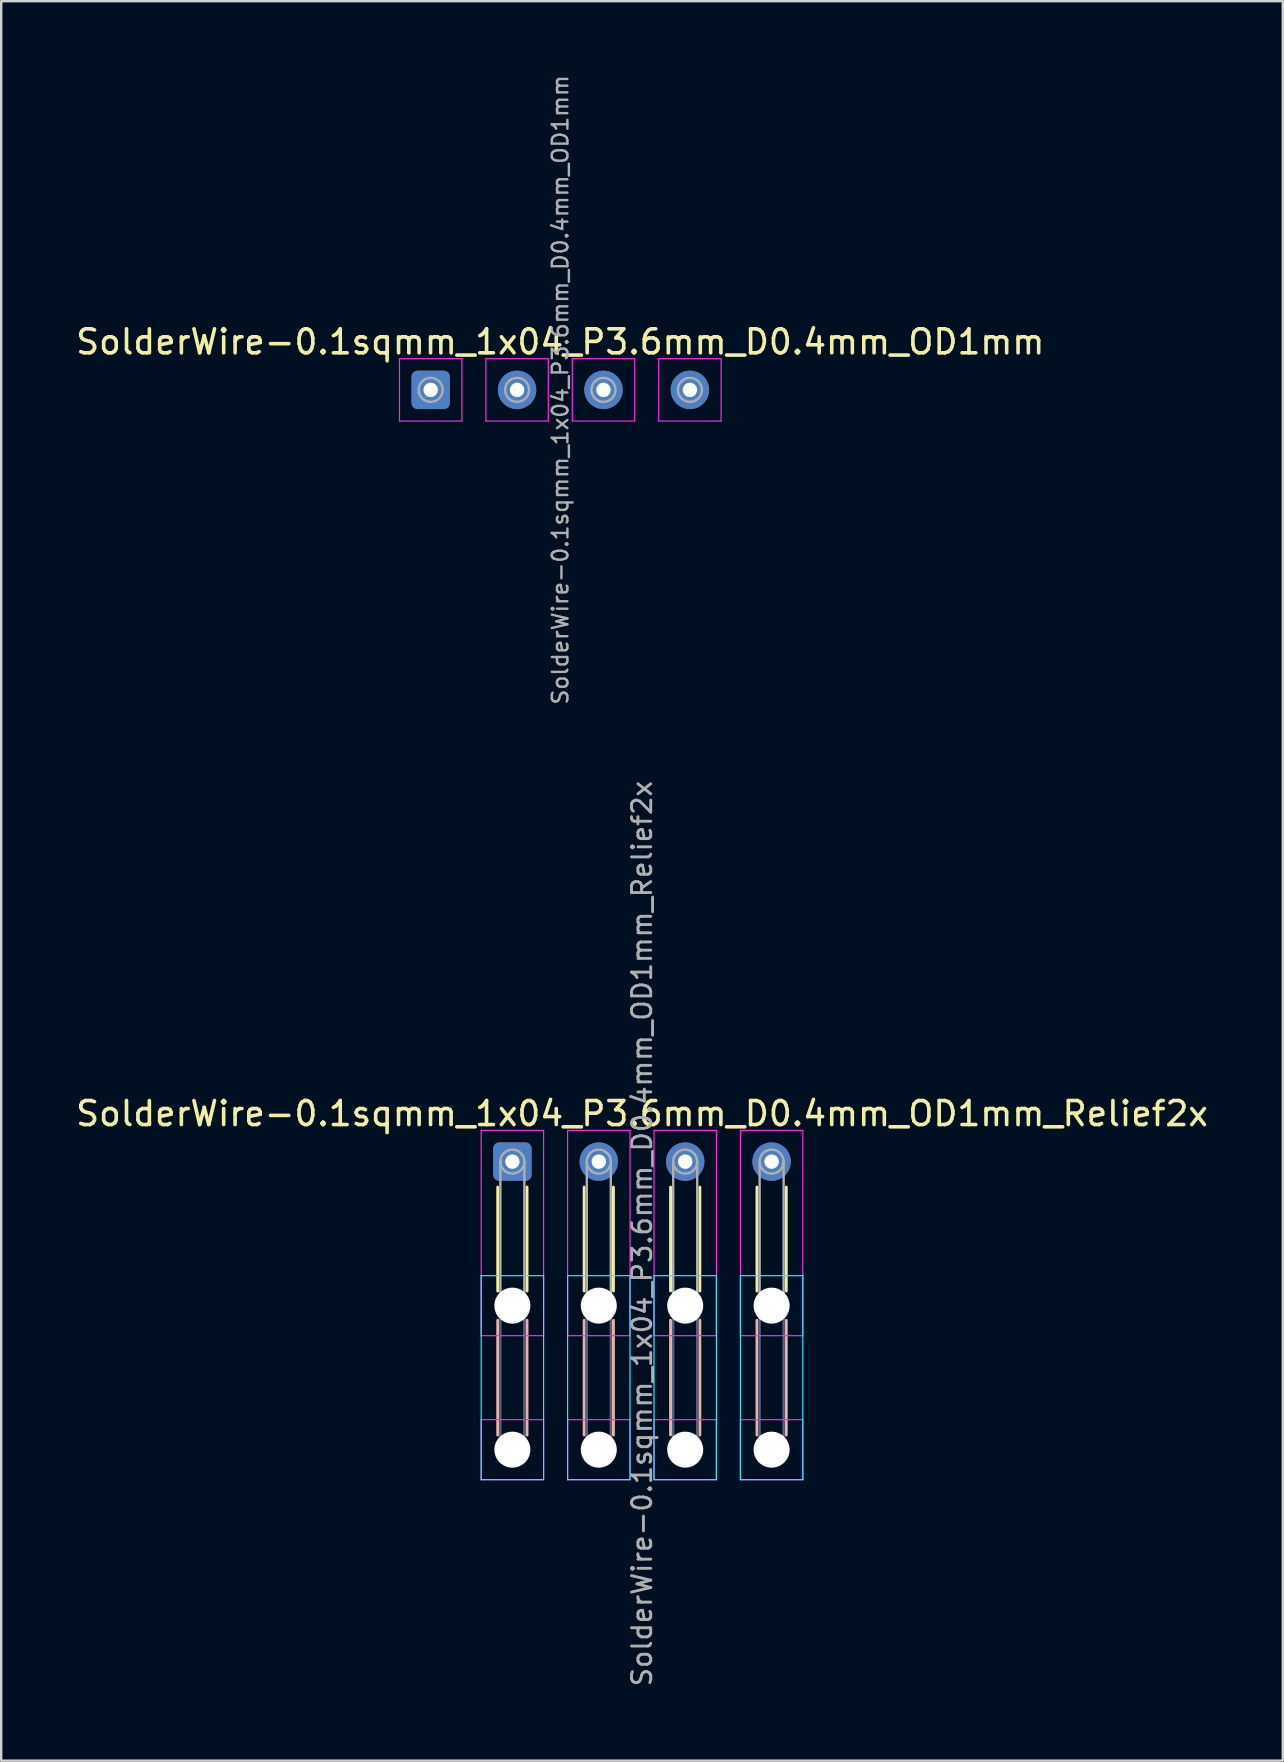
<source format=kicad_pcb>
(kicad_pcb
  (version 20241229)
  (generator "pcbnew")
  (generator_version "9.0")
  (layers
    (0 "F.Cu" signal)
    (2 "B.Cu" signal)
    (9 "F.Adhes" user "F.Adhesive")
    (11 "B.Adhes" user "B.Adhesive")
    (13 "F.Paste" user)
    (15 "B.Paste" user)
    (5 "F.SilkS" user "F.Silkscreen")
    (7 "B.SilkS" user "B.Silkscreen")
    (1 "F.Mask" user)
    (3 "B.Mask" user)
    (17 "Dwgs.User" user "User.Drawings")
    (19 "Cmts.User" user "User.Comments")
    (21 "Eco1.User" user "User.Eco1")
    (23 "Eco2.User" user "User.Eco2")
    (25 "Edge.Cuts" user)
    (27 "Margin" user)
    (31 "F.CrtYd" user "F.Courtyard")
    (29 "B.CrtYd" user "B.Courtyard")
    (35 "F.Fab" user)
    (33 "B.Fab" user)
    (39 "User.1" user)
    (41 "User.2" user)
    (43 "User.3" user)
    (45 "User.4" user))
  (footprint "SolderWire-0.1sqmm_1x04_P3.6mm_D0.4mm_OD1mm"
    (layer "F.Cu")
    (at 14.892 13.193)
    (property "Reference" "SolderWire-0.1sqmm_1x04_P3.6mm_D0.4mm_OD1mm" (at 5.4 -2 0) (layer "F.SilkS") (effects (font (size 1 1) (thickness 0.15))))
    (attr exclude_from_pos_files exclude_from_bom)
    (fp_line (start -1.3 -1.3) (end -1.3 1.3) (stroke (width 0.05) (type solid)) (layer "F.CrtYd"))
    (fp_line (start -1.3 1.3) (end 1.3 1.3) (stroke (width 0.05) (type solid)) (layer "F.CrtYd"))
    (fp_line (start 1.3 -1.3) (end -1.3 -1.3) (stroke (width 0.05) (type solid)) (layer "F.CrtYd"))
    (fp_line (start 1.3 1.3) (end 1.3 -1.3) (stroke (width 0.05) (type solid)) (layer "F.CrtYd"))
    (fp_line (start 2.3 -1.3) (end 2.3 1.3) (stroke (width 0.05) (type solid)) (layer "F.CrtYd"))
    (fp_line (start 2.3 1.3) (end 4.9 1.3) (stroke (width 0.05) (type solid)) (layer "F.CrtYd"))
    (fp_line (start 4.9 -1.3) (end 2.3 -1.3) (stroke (width 0.05) (type solid)) (layer "F.CrtYd"))
    (fp_line (start 4.9 1.3) (end 4.9 -1.3) (stroke (width 0.05) (type solid)) (layer "F.CrtYd"))
    (fp_line (start 5.9 -1.3) (end 5.9 1.3) (stroke (width 0.05) (type solid)) (layer "F.CrtYd"))
    (fp_line (start 5.9 1.3) (end 8.5 1.3) (stroke (width 0.05) (type solid)) (layer "F.CrtYd"))
    (fp_line (start 8.5 -1.3) (end 5.9 -1.3) (stroke (width 0.05) (type solid)) (layer "F.CrtYd"))
    (fp_line (start 8.5 1.3) (end 8.5 -1.3) (stroke (width 0.05) (type solid)) (layer "F.CrtYd"))
    (fp_line (start 9.5 -1.3) (end 9.5 1.3) (stroke (width 0.05) (type solid)) (layer "F.CrtYd"))
    (fp_line (start 9.5 1.3) (end 12.1 1.3) (stroke (width 0.05) (type solid)) (layer "F.CrtYd"))
    (fp_line (start 12.1 -1.3) (end 9.5 -1.3) (stroke (width 0.05) (type solid)) (layer "F.CrtYd"))
    (fp_line (start 12.1 1.3) (end 12.1 -1.3) (stroke (width 0.05) (type solid)) (layer "F.CrtYd"))
    (fp_circle (center 0 0) (end 0.5 0) (stroke (width 0.1) (type solid)) (fill no) (layer "F.Fab"))
    (fp_circle (center 3.6 0) (end 4.1 0) (stroke (width 0.1) (type solid)) (fill no) (layer "F.Fab"))
    (fp_circle (center 7.2 0) (end 7.7 0) (stroke (width 0.1) (type solid)) (fill no) (layer "F.Fab"))
    (fp_circle (center 10.8 0) (end 11.3 0) (stroke (width 0.1) (type solid)) (fill no) (layer "F.Fab"))
    (fp_text user "${REFERENCE}" (at 5.4 0 90) (layer "F.Fab") (effects (font (size 0.65 0.65) (thickness 0.1))))
    (pad "1" thru_hole roundrect (at 0 0) (size 1.6 1.6) (drill 0.6) (layers "*.Cu" "*.Mask") (roundrect_rratio 0.156))
    (pad "2" thru_hole circle (at 3.6 0) (size 1.6 1.6) (drill 0.6) (layers "*.Cu" "*.Mask"))
    (pad "3" thru_hole circle (at 7.2 0) (size 1.6 1.6) (drill 0.6) (layers "*.Cu" "*.Mask"))
    (pad "4" thru_hole circle (at 10.8 0) (size 1.6 1.6) (drill 0.6) (layers "*.Cu" "*.Mask")))
  (footprint "SolderWire-0.1sqmm_1x04_P3.6mm_D0.4mm_OD1mm_Relief2x"
    (layer "F.Cu")
    (at 18.296 45.344)
    (property "Reference" "SolderWire-0.1sqmm_1x04_P3.6mm_D0.4mm_OD1mm_Relief2x" (at 5.4 -2 0) (layer "F.SilkS") (effects (font (size 1 1) (thickness 0.15))))
    (attr exclude_from_pos_files exclude_from_bom)
    (fp_line (start -0.61 1.06) (end -0.61 5.39) (stroke (width 0.12) (type solid)) (layer "F.SilkS"))
    (fp_line (start 0.61 1.06) (end 0.61 5.39) (stroke (width 0.12) (type solid)) (layer "F.SilkS"))
    (fp_line (start 2.99 1.06) (end 2.99 5.39) (stroke (width 0.12) (type solid)) (layer "F.SilkS"))
    (fp_line (start 4.21 1.06) (end 4.21 5.39) (stroke (width 0.12) (type solid)) (layer "F.SilkS"))
    (fp_line (start 6.59 1.06) (end 6.59 5.39) (stroke (width 0.12) (type solid)) (layer "F.SilkS"))
    (fp_line (start 7.81 1.06) (end 7.81 5.39) (stroke (width 0.12) (type solid)) (layer "F.SilkS"))
    (fp_line (start 10.19 1.06) (end 10.19 5.39) (stroke (width 0.12) (type solid)) (layer "F.SilkS"))
    (fp_line (start 11.41 1.06) (end 11.41 5.39) (stroke (width 0.12) (type solid)) (layer "F.SilkS"))
    (fp_line (start -0.61 6.61) (end -0.61 11.39) (stroke (width 0.12) (type solid)) (layer "B.SilkS"))
    (fp_line (start 0.61 6.61) (end 0.61 11.39) (stroke (width 0.12) (type solid)) (layer "B.SilkS"))
    (fp_line (start 2.99 6.61) (end 2.99 11.39) (stroke (width 0.12) (type solid)) (layer "B.SilkS"))
    (fp_line (start 4.21 6.61) (end 4.21 11.39) (stroke (width 0.12) (type solid)) (layer "B.SilkS"))
    (fp_line (start 6.59 6.61) (end 6.59 11.39) (stroke (width 0.12) (type solid)) (layer "B.SilkS"))
    (fp_line (start 7.81 6.61) (end 7.81 11.39) (stroke (width 0.12) (type solid)) (layer "B.SilkS"))
    (fp_line (start 10.19 6.61) (end 10.19 11.39) (stroke (width 0.12) (type solid)) (layer "B.SilkS"))
    (fp_line (start 11.41 6.61) (end 11.41 11.39) (stroke (width 0.12) (type solid)) (layer "B.SilkS"))
    (fp_line (start -1.3 4.75) (end -1.3 13.25) (stroke (width 0.05) (type solid)) (layer "B.CrtYd"))
    (fp_line (start -1.3 13.25) (end 1.3 13.25) (stroke (width 0.05) (type solid)) (layer "B.CrtYd"))
    (fp_line (start 1.3 4.75) (end -1.3 4.75) (stroke (width 0.05) (type solid)) (layer "B.CrtYd"))
    (fp_line (start 1.3 13.25) (end 1.3 4.75) (stroke (width 0.05) (type solid)) (layer "B.CrtYd"))
    (fp_line (start 2.3 4.75) (end 2.3 13.25) (stroke (width 0.05) (type solid)) (layer "B.CrtYd"))
    (fp_line (start 2.3 13.25) (end 4.9 13.25) (stroke (width 0.05) (type solid)) (layer "B.CrtYd"))
    (fp_line (start 4.9 4.75) (end 2.3 4.75) (stroke (width 0.05) (type solid)) (layer "B.CrtYd"))
    (fp_line (start 4.9 13.25) (end 4.9 4.75) (stroke (width 0.05) (type solid)) (layer "B.CrtYd"))
    (fp_line (start 5.9 4.75) (end 5.9 13.25) (stroke (width 0.05) (type solid)) (layer "B.CrtYd"))
    (fp_line (start 5.9 13.25) (end 8.5 13.25) (stroke (width 0.05) (type solid)) (layer "B.CrtYd"))
    (fp_line (start 8.5 4.75) (end 5.9 4.75) (stroke (width 0.05) (type solid)) (layer "B.CrtYd"))
    (fp_line (start 8.5 13.25) (end 8.5 4.75) (stroke (width 0.05) (type solid)) (layer "B.CrtYd"))
    (fp_line (start 9.5 4.75) (end 9.5 13.25) (stroke (width 0.05) (type solid)) (layer "B.CrtYd"))
    (fp_line (start 9.5 13.25) (end 12.1 13.25) (stroke (width 0.05) (type solid)) (layer "B.CrtYd"))
    (fp_line (start 12.1 4.75) (end 9.5 4.75) (stroke (width 0.05) (type solid)) (layer "B.CrtYd"))
    (fp_line (start 12.1 13.25) (end 12.1 4.75) (stroke (width 0.05) (type solid)) (layer "B.CrtYd"))
    (fp_line (start -1.3 -1.3) (end -1.3 7.25) (stroke (width 0.05) (type solid)) (layer "F.CrtYd"))
    (fp_line (start -1.3 7.25) (end 1.3 7.25) (stroke (width 0.05) (type solid)) (layer "F.CrtYd"))
    (fp_line (start -1.3 10.75) (end -1.3 13.25) (stroke (width 0.05) (type solid)) (layer "F.CrtYd"))
    (fp_line (start -1.3 13.25) (end 1.3 13.25) (stroke (width 0.05) (type solid)) (layer "F.CrtYd"))
    (fp_line (start 1.3 -1.3) (end -1.3 -1.3) (stroke (width 0.05) (type solid)) (layer "F.CrtYd"))
    (fp_line (start 1.3 7.25) (end 1.3 -1.3) (stroke (width 0.05) (type solid)) (layer "F.CrtYd"))
    (fp_line (start 1.3 10.75) (end -1.3 10.75) (stroke (width 0.05) (type solid)) (layer "F.CrtYd"))
    (fp_line (start 1.3 13.25) (end 1.3 10.75) (stroke (width 0.05) (type solid)) (layer "F.CrtYd"))
    (fp_line (start 2.3 -1.3) (end 2.3 7.25) (stroke (width 0.05) (type solid)) (layer "F.CrtYd"))
    (fp_line (start 2.3 7.25) (end 4.9 7.25) (stroke (width 0.05) (type solid)) (layer "F.CrtYd"))
    (fp_line (start 2.3 10.75) (end 2.3 13.25) (stroke (width 0.05) (type solid)) (layer "F.CrtYd"))
    (fp_line (start 2.3 13.25) (end 4.9 13.25) (stroke (width 0.05) (type solid)) (layer "F.CrtYd"))
    (fp_line (start 4.9 -1.3) (end 2.3 -1.3) (stroke (width 0.05) (type solid)) (layer "F.CrtYd"))
    (fp_line (start 4.9 7.25) (end 4.9 -1.3) (stroke (width 0.05) (type solid)) (layer "F.CrtYd"))
    (fp_line (start 4.9 10.75) (end 2.3 10.75) (stroke (width 0.05) (type solid)) (layer "F.CrtYd"))
    (fp_line (start 4.9 13.25) (end 4.9 10.75) (stroke (width 0.05) (type solid)) (layer "F.CrtYd"))
    (fp_line (start 5.9 -1.3) (end 5.9 7.25) (stroke (width 0.05) (type solid)) (layer "F.CrtYd"))
    (fp_line (start 5.9 7.25) (end 8.5 7.25) (stroke (width 0.05) (type solid)) (layer "F.CrtYd"))
    (fp_line (start 5.9 10.75) (end 5.9 13.25) (stroke (width 0.05) (type solid)) (layer "F.CrtYd"))
    (fp_line (start 5.9 13.25) (end 8.5 13.25) (stroke (width 0.05) (type solid)) (layer "F.CrtYd"))
    (fp_line (start 8.5 -1.3) (end 5.9 -1.3) (stroke (width 0.05) (type solid)) (layer "F.CrtYd"))
    (fp_line (start 8.5 7.25) (end 8.5 -1.3) (stroke (width 0.05) (type solid)) (layer "F.CrtYd"))
    (fp_line (start 8.5 10.75) (end 5.9 10.75) (stroke (width 0.05) (type solid)) (layer "F.CrtYd"))
    (fp_line (start 8.5 13.25) (end 8.5 10.75) (stroke (width 0.05) (type solid)) (layer "F.CrtYd"))
    (fp_line (start 9.5 -1.3) (end 9.5 7.25) (stroke (width 0.05) (type solid)) (layer "F.CrtYd"))
    (fp_line (start 9.5 7.25) (end 12.1 7.25) (stroke (width 0.05) (type solid)) (layer "F.CrtYd"))
    (fp_line (start 9.5 10.75) (end 9.5 13.25) (stroke (width 0.05) (type solid)) (layer "F.CrtYd"))
    (fp_line (start 9.5 13.25) (end 12.1 13.25) (stroke (width 0.05) (type solid)) (layer "F.CrtYd"))
    (fp_line (start 12.1 -1.3) (end 9.5 -1.3) (stroke (width 0.05) (type solid)) (layer "F.CrtYd"))
    (fp_line (start 12.1 7.25) (end 12.1 -1.3) (stroke (width 0.05) (type solid)) (layer "F.CrtYd"))
    (fp_line (start 12.1 10.75) (end 9.5 10.75) (stroke (width 0.05) (type solid)) (layer "F.CrtYd"))
    (fp_line (start 12.1 13.25) (end 12.1 10.75) (stroke (width 0.05) (type solid)) (layer "F.CrtYd"))
    (fp_line (start -0.5 6) (end -0.5 12) (stroke (width 0.1) (type solid)) (layer "B.Fab"))
    (fp_line (start 0.5 6) (end 0.5 12) (stroke (width 0.1) (type solid)) (layer "B.Fab"))
    (fp_line (start 3.1 6) (end 3.1 12) (stroke (width 0.1) (type solid)) (layer "B.Fab"))
    (fp_line (start 4.1 6) (end 4.1 12) (stroke (width 0.1) (type solid)) (layer "B.Fab"))
    (fp_line (start 6.7 6) (end 6.7 12) (stroke (width 0.1) (type solid)) (layer "B.Fab"))
    (fp_line (start 7.7 6) (end 7.7 12) (stroke (width 0.1) (type solid)) (layer "B.Fab"))
    (fp_line (start 10.3 6) (end 10.3 12) (stroke (width 0.1) (type solid)) (layer "B.Fab"))
    (fp_line (start 11.3 6) (end 11.3 12) (stroke (width 0.1) (type solid)) (layer "B.Fab"))
    (fp_circle (center 0 6) (end 0.5 6) (stroke (width 0.1) (type solid)) (fill no) (layer "B.Fab"))
    (fp_circle (center 0 12) (end 0.5 12) (stroke (width 0.1) (type solid)) (fill no) (layer "B.Fab"))
    (fp_circle (center 3.6 6) (end 4.1 6) (stroke (width 0.1) (type solid)) (fill no) (layer "B.Fab"))
    (fp_circle (center 3.6 12) (end 4.1 12) (stroke (width 0.1) (type solid)) (fill no) (layer "B.Fab"))
    (fp_circle (center 7.2 6) (end 7.7 6) (stroke (width 0.1) (type solid)) (fill no) (layer "B.Fab"))
    (fp_circle (center 7.2 12) (end 7.7 12) (stroke (width 0.1) (type solid)) (fill no) (layer "B.Fab"))
    (fp_circle (center 10.8 6) (end 11.3 6) (stroke (width 0.1) (type solid)) (fill no) (layer "B.Fab"))
    (fp_circle (center 10.8 12) (end 11.3 12) (stroke (width 0.1) (type solid)) (fill no) (layer "B.Fab"))
    (fp_line (start -0.5 0) (end -0.5 6) (stroke (width 0.1) (type solid)) (layer "F.Fab"))
    (fp_line (start 0.5 0) (end 0.5 6) (stroke (width 0.1) (type solid)) (layer "F.Fab"))
    (fp_line (start 3.1 0) (end 3.1 6) (stroke (width 0.1) (type solid)) (layer "F.Fab"))
    (fp_line (start 4.1 0) (end 4.1 6) (stroke (width 0.1) (type solid)) (layer "F.Fab"))
    (fp_line (start 6.7 0) (end 6.7 6) (stroke (width 0.1) (type solid)) (layer "F.Fab"))
    (fp_line (start 7.7 0) (end 7.7 6) (stroke (width 0.1) (type solid)) (layer "F.Fab"))
    (fp_line (start 10.3 0) (end 10.3 6) (stroke (width 0.1) (type solid)) (layer "F.Fab"))
    (fp_line (start 11.3 0) (end 11.3 6) (stroke (width 0.1) (type solid)) (layer "F.Fab"))
    (fp_circle (center 0 0) (end 0.5 0) (stroke (width 0.1) (type solid)) (fill no) (layer "F.Fab"))
    (fp_circle (center 0 6) (end 0.5 6) (stroke (width 0.1) (type solid)) (fill no) (layer "F.Fab"))
    (fp_circle (center 0 12) (end 0.5 12) (stroke (width 0.1) (type solid)) (fill no) (layer "F.Fab"))
    (fp_circle (center 3.6 0) (end 4.1 0) (stroke (width 0.1) (type solid)) (fill no) (layer "F.Fab"))
    (fp_circle (center 3.6 6) (end 4.1 6) (stroke (width 0.1) (type solid)) (fill no) (layer "F.Fab"))
    (fp_circle (center 3.6 12) (end 4.1 12) (stroke (width 0.1) (type solid)) (fill no) (layer "F.Fab"))
    (fp_circle (center 7.2 0) (end 7.7 0) (stroke (width 0.1) (type solid)) (fill no) (layer "F.Fab"))
    (fp_circle (center 7.2 6) (end 7.7 6) (stroke (width 0.1) (type solid)) (fill no) (layer "F.Fab"))
    (fp_circle (center 7.2 12) (end 7.7 12) (stroke (width 0.1) (type solid)) (fill no) (layer "F.Fab"))
    (fp_circle (center 10.8 0) (end 11.3 0) (stroke (width 0.1) (type solid)) (fill no) (layer "F.Fab"))
    (fp_circle (center 10.8 6) (end 11.3 6) (stroke (width 0.1) (type solid)) (fill no) (layer "F.Fab"))
    (fp_circle (center 10.8 12) (end 11.3 12) (stroke (width 0.1) (type solid)) (fill no) (layer "F.Fab"))
    (fp_text user "${REFERENCE}" (at 5.4 3 90) (layer "F.Fab") (effects (font (size 0.8 0.8) (thickness 0.12))))
    (pad "" np_thru_hole circle (at 0 6) (size 1.5 1.5) (drill 1.5) (layers "*.Cu" "*.Mask"))
    (pad "" np_thru_hole circle (at 0 12) (size 1.5 1.5) (drill 1.5) (layers "*.Cu" "*.Mask"))
    (pad "" np_thru_hole circle (at 3.6 6) (size 1.5 1.5) (drill 1.5) (layers "*.Cu" "*.Mask"))
    (pad "" np_thru_hole circle (at 3.6 12) (size 1.5 1.5) (drill 1.5) (layers "*.Cu" "*.Mask"))
    (pad "" np_thru_hole circle (at 7.2 6) (size 1.5 1.5) (drill 1.5) (layers "*.Cu" "*.Mask"))
    (pad "" np_thru_hole circle (at 7.2 12) (size 1.5 1.5) (drill 1.5) (layers "*.Cu" "*.Mask"))
    (pad "" np_thru_hole circle (at 10.8 6) (size 1.5 1.5) (drill 1.5) (layers "*.Cu" "*.Mask"))
    (pad "" np_thru_hole circle (at 10.8 12) (size 1.5 1.5) (drill 1.5) (layers "*.Cu" "*.Mask"))
    (pad "1" thru_hole roundrect (at 0 0) (size 1.6 1.6) (drill 0.6) (layers "*.Cu" "*.Mask") (roundrect_rratio 0.156))
    (pad "2" thru_hole circle (at 3.6 0) (size 1.6 1.6) (drill 0.6) (layers "*.Cu" "*.Mask"))
    (pad "3" thru_hole circle (at 7.2 0) (size 1.6 1.6) (drill 0.6) (layers "*.Cu" "*.Mask"))
    (pad "4" thru_hole circle (at 10.8 0) (size 1.6 1.6) (drill 0.6) (layers "*.Cu" "*.Mask")))
  (gr_rect
    (start -3 -3)
    (end 50.393 70.301)
    (stroke (width 0.1) (type default))
    (fill no)
    (layer "Edge.Cuts")))
</source>
